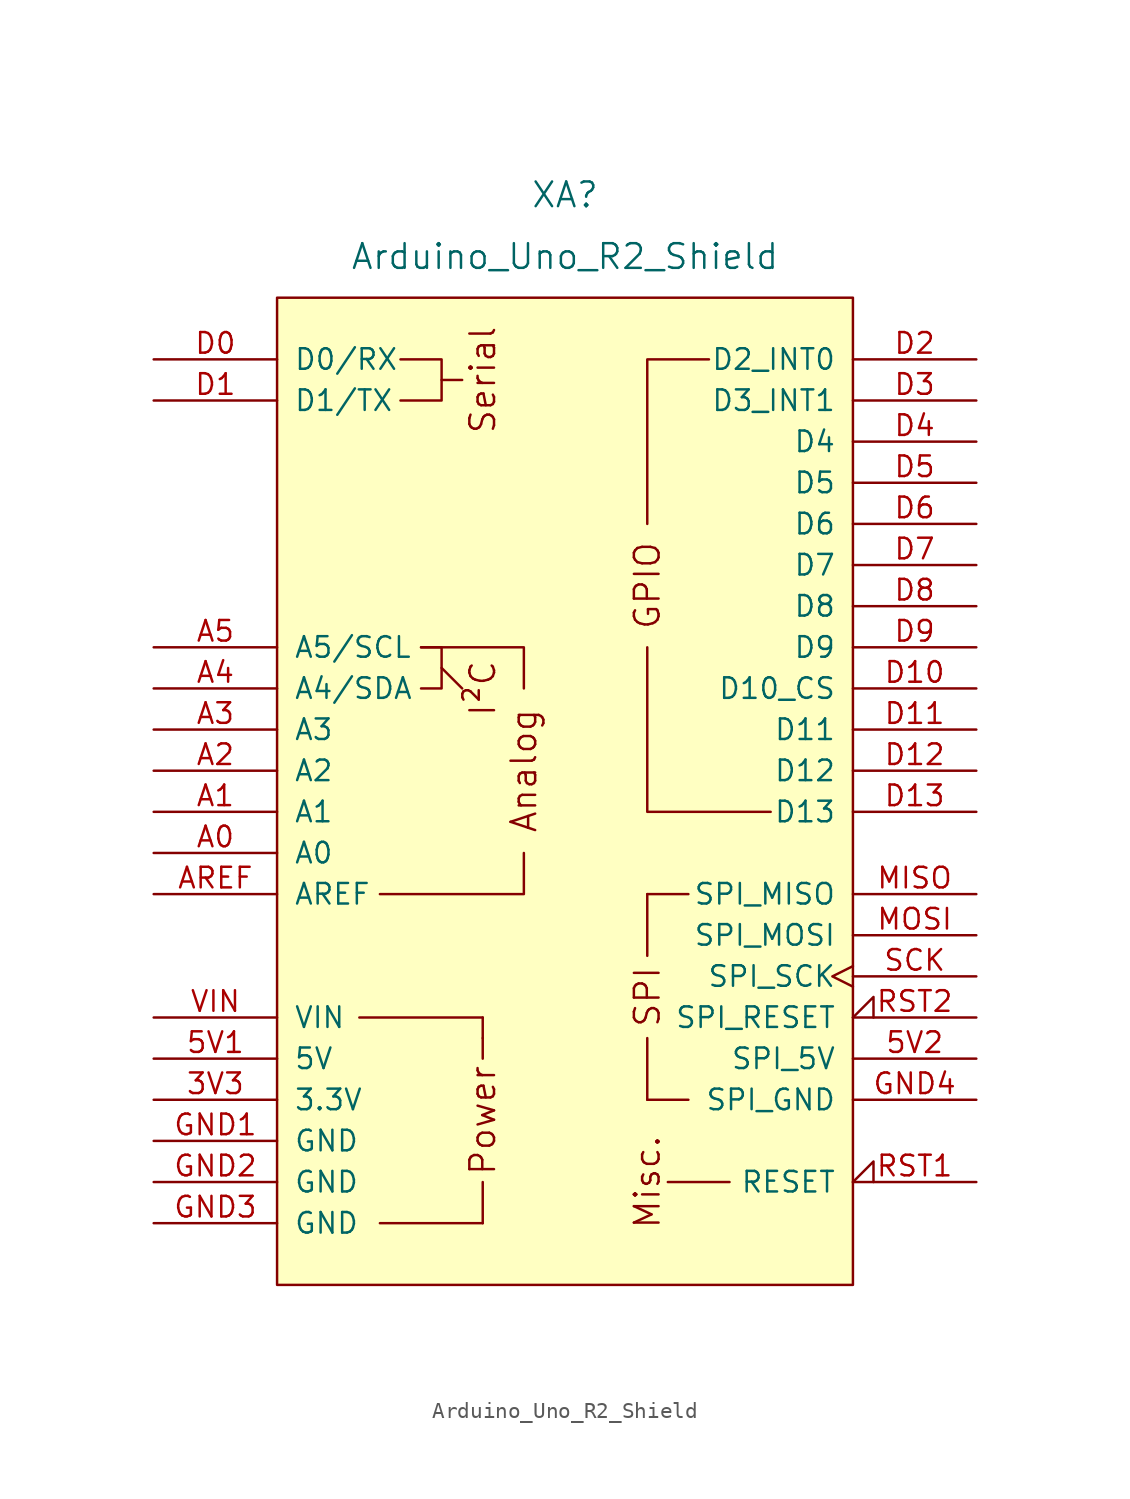
<source format=kicad_sym>
(kicad_symbol_lib
  (version 20211014)
  (generator kicad_symbol_editor)
  (symbol "Arduino_Uno_R2_Shield"
    (pin_names
      (offset 1.016))
    (property "Reference" "XA"
      (at 0 36.83 0)
      (effects (font (size 1.524 1.524))))
    (property "Value" "Arduino_Uno_R2_Shield"
      (at 0 33.02 0)
      (effects (font (size 1.524 1.524))))
    (symbol "Arduino_Uno_R2_Shield_0_0"
      (rectangle (start -17.78 30.48) (end 17.78 -30.48) (stroke (width 0) (type default) (color 0 0 0 0)) (fill (type background)))
      (rectangle (start -12.7 -13.97) (end -5.08 -13.97) (stroke (width 0) (type default) (color 0 0 0 0)) (fill (type none)))
      (rectangle (start -11.43 -26.67) (end -5.08 -26.67) (stroke (width 0) (type default) (color 0 0 0 0)) (fill (type none)))
      (polyline (pts (xy -7.62 7.62) (xy -6.35 6.35)) (stroke (width 0) (type default) (color 0 0 0 0)) (fill (type none)))
      (polyline (pts (xy -7.62 25.4) (xy -6.35 25.4)) (stroke (width 0) (type default) (color 0 0 0 0)) (fill (type none)))
      (polyline (pts (xy -5.08 -26.67) (xy -5.08 -24.13)) (stroke (width 0) (type default) (color 0 0 0 0)) (fill (type none)))
      (polyline (pts (xy -5.08 -15.24) (xy -5.08 -16.51)) (stroke (width 0) (type default) (color 0 0 0 0)) (fill (type none)))
      (polyline (pts (xy -5.08 -13.97) (xy -5.08 -15.24)) (stroke (width 0) (type default) (color 0 0 0 0)) (fill (type none)))
      (polyline (pts (xy -2.54 -3.81) (xy -2.54 -6.35) (xy -11.43 -6.35)) (stroke (width 0) (type default) (color 0 0 0 0)) (fill (type none)))
      (polyline (pts (xy -2.54 6.35) (xy -2.54 8.89) (xy -8.89 8.89)) (stroke (width 0) (type default) (color 0 0 0 0)) (fill (type none)))
      (polyline (pts (xy 5.08 8.89) (xy 5.08 -1.27) (xy 12.7 -1.27)) (stroke (width 0) (type default) (color 0 0 0 0)) (fill (type none)))
      (polyline (pts (xy 5.08 16.51) (xy 5.08 26.67) (xy 8.89 26.67)) (stroke (width 0) (type default) (color 0 0 0 0)) (fill (type none)))
      (polyline (pts (xy -10.16 26.67) (xy -7.62 26.67) (xy -7.62 24.13) (xy -10.16 24.13)) (stroke (width 0) (type default) (color 0 0 0 0)) (fill (type none)))
      (polyline (pts (xy -8.89 8.89) (xy -7.62 8.89) (xy -7.62 6.35) (xy -8.89 6.35)) (stroke (width 0) (type default) (color 0 0 0 0)) (fill (type none)))
      (rectangle (start 5.08 -19.05) (end 5.08 -15.24) (stroke (width 0) (type default) (color 0 0 0 0)) (fill (type none)))
      (rectangle (start 5.08 -19.05) (end 7.62 -19.05) (stroke (width 0) (type default) (color 0 0 0 0)) (fill (type none)))
      (rectangle (start 5.08 -10.16) (end 5.08 -6.35) (stroke (width 0) (type default) (color 0 0 0 0)) (fill (type none)))
      (rectangle (start 6.35 -24.13) (end 10.16 -24.13) (stroke (width 0) (type default) (color 0 0 0 0)) (fill (type none)))
      (rectangle (start 7.62 -6.35) (end 5.08 -6.35) (stroke (width 0) (type default) (color 0 0 0 0)) (fill (type none)))
      (text "Analog" (at -2.54 1.27 900) (effects (font (size 1.524 1.524))))
      (text "I²C" (at -5.08 6.35 900) (effects (font (size 1.524 1.524))))
      (text "Misc." (at 5.08 -24.13 900) (effects (font (size 1.524 1.524))))
      (text "Power" (at -5.08 -20.32 900) (effects (font (size 1.524 1.524))))
      (text "Serial" (at -5.08 25.4 900) (effects (font (size 1.524 1.524))))
      (text "SPI" (at 5.08 -12.7 900) (effects (font (size 1.524 1.524)))))
    (symbol "Arduino_Uno_R2_Shield_1_0"
      (text "GPIO" (at 5.08 12.7 900) (effects (font (size 1.524 1.524)))))
    (symbol "Arduino_Uno_R2_Shield_1_1"
      (pin power_out line (at -25.4 -19.05 0) (length 7.62) (name "3.3V" (effects (font (size 1.27 1.27)))) (number "3V3" (effects (font (size 1.27 1.27)))))
      (pin power_in line (at -25.4 -16.51 0) (length 7.62) (name "5V" (effects (font (size 1.27 1.27)))) (number "5V1" (effects (font (size 1.27 1.27)))))
      (pin power_in line (at 25.4 -16.51 180) (length 7.62) (name "SPI_5V" (effects (font (size 1.27 1.27)))) (number "5V2" (effects (font (size 1.27 1.27)))))
      (pin bidirectional line (at -25.4 -3.81 0) (length 7.62) (name "A0" (effects (font (size 1.27 1.27)))) (number "A0" (effects (font (size 1.27 1.27)))))
      (pin bidirectional line (at -25.4 -1.27 0) (length 7.62) (name "A1" (effects (font (size 1.27 1.27)))) (number "A1" (effects (font (size 1.27 1.27)))))
      (pin bidirectional line (at -25.4 1.27 0) (length 7.62) (name "A2" (effects (font (size 1.27 1.27)))) (number "A2" (effects (font (size 1.27 1.27)))))
      (pin bidirectional line (at -25.4 3.81 0) (length 7.62) (name "A3" (effects (font (size 1.27 1.27)))) (number "A3" (effects (font (size 1.27 1.27)))))
      (pin bidirectional line (at -25.4 6.35 0) (length 7.62) (name "A4/SDA" (effects (font (size 1.27 1.27)))) (number "A4" (effects (font (size 1.27 1.27)))))
      (pin bidirectional line (at -25.4 8.89 0) (length 7.62) (name "A5/SCL" (effects (font (size 1.27 1.27)))) (number "A5" (effects (font (size 1.27 1.27)))))
      (pin input line (at -25.4 -6.35 0) (length 7.62) (name "AREF" (effects (font (size 1.27 1.27)))) (number "AREF" (effects (font (size 1.27 1.27)))))
      (pin bidirectional line (at -25.4 26.67 0) (length 7.62) (name "D0/RX" (effects (font (size 1.27 1.27)))) (number "D0" (effects (font (size 1.27 1.27)))))
      (pin bidirectional line (at -25.4 24.13 0) (length 7.62) (name "D1/TX" (effects (font (size 1.27 1.27)))) (number "D1" (effects (font (size 1.27 1.27)))))
      (pin bidirectional line (at 25.4 6.35 180) (length 7.62) (name "D10_CS" (effects (font (size 1.27 1.27)))) (number "D10" (effects (font (size 1.27 1.27)))))
      (pin bidirectional line (at 25.4 3.81 180) (length 7.62) (name "D11" (effects (font (size 1.27 1.27)))) (number "D11" (effects (font (size 1.27 1.27)))))
      (pin bidirectional line (at 25.4 1.27 180) (length 7.62) (name "D12" (effects (font (size 1.27 1.27)))) (number "D12" (effects (font (size 1.27 1.27)))))
      (pin bidirectional line (at 25.4 -1.27 180) (length 7.62) (name "D13" (effects (font (size 1.27 1.27)))) (number "D13" (effects (font (size 1.27 1.27)))))
      (pin bidirectional line (at 25.4 26.67 180) (length 7.62) (name "D2_INT0" (effects (font (size 1.27 1.27)))) (number "D2" (effects (font (size 1.27 1.27)))))
      (pin bidirectional line (at 25.4 24.13 180) (length 7.62) (name "D3_INT1" (effects (font (size 1.27 1.27)))) (number "D3" (effects (font (size 1.27 1.27)))))
      (pin bidirectional line (at 25.4 21.59 180) (length 7.62) (name "D4" (effects (font (size 1.27 1.27)))) (number "D4" (effects (font (size 1.27 1.27)))))
      (pin bidirectional line (at 25.4 19.05 180) (length 7.62) (name "D5" (effects (font (size 1.27 1.27)))) (number "D5" (effects (font (size 1.27 1.27)))))
      (pin bidirectional line (at 25.4 16.51 180) (length 7.62) (name "D6" (effects (font (size 1.27 1.27)))) (number "D6" (effects (font (size 1.27 1.27)))))
      (pin bidirectional line (at 25.4 13.97 180) (length 7.62) (name "D7" (effects (font (size 1.27 1.27)))) (number "D7" (effects (font (size 1.27 1.27)))))
      (pin bidirectional line (at 25.4 11.43 180) (length 7.62) (name "D8" (effects (font (size 1.27 1.27)))) (number "D8" (effects (font (size 1.27 1.27)))))
      (pin bidirectional line (at 25.4 8.89 180) (length 7.62) (name "D9" (effects (font (size 1.27 1.27)))) (number "D9" (effects (font (size 1.27 1.27)))))
      (pin power_in line (at -25.4 -21.59 0) (length 7.62) (name "GND" (effects (font (size 1.27 1.27)))) (number "GND1" (effects (font (size 1.27 1.27)))))
      (pin power_in line (at -25.4 -24.13 0) (length 7.62) (name "GND" (effects (font (size 1.27 1.27)))) (number "GND2" (effects (font (size 1.27 1.27)))))
      (pin power_in line (at -25.4 -26.67 0) (length 7.62) (name "GND" (effects (font (size 1.27 1.27)))) (number "GND3" (effects (font (size 1.27 1.27)))))
      (pin power_in line (at 25.4 -19.05 180) (length 7.62) (name "SPI_GND" (effects (font (size 1.27 1.27)))) (number "GND4" (effects (font (size 1.27 1.27)))))
      (pin input line (at 25.4 -6.35 180) (length 7.62) (name "SPI_MISO" (effects (font (size 1.27 1.27)))) (number "MISO" (effects (font (size 1.27 1.27)))))
      (pin output line (at 25.4 -8.89 180) (length 7.62) (name "SPI_MOSI" (effects (font (size 1.27 1.27)))) (number "MOSI" (effects (font (size 1.27 1.27)))))
      (pin open_collector input_low (at 25.4 -24.13 180) (length 7.62) (name "RESET" (effects (font (size 1.27 1.27)))) (number "RST1" (effects (font (size 1.27 1.27)))))
      (pin open_collector input_low (at 25.4 -13.97 180) (length 7.62) (name "SPI_RESET" (effects (font (size 1.27 1.27)))) (number "RST2" (effects (font (size 1.27 1.27)))))
      (pin output clock (at 25.4 -11.43 180) (length 7.62) (name "SPI_SCK" (effects (font (size 1.27 1.27)))) (number "SCK" (effects (font (size 1.27 1.27)))))
      (pin power_in line (at -25.4 -13.97 0) (length 7.62) (name "VIN" (effects (font (size 1.27 1.27)))) (number "VIN" (effects (font (size 1.27 1.27))))))))
</source>
